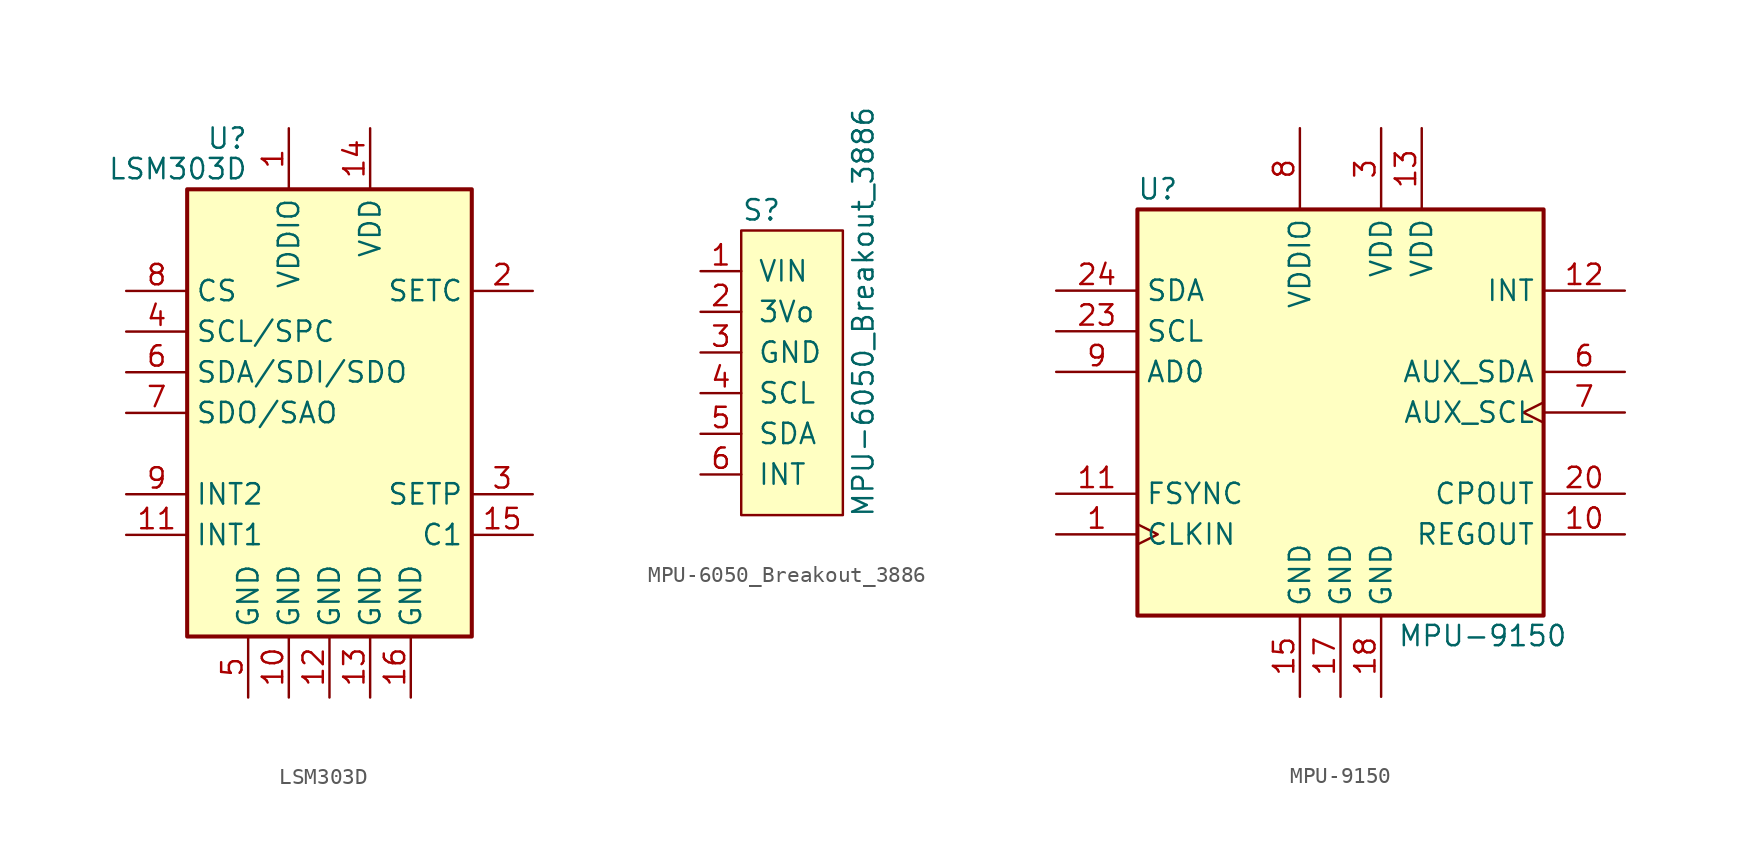
<source format=kicad_sym>
(kicad_symbol_lib
  (version 20211014)
  (generator kicad_symbol_editor)
  (symbol "LSM303D"
    (property "Reference" "U"
      (at -5.08 17.145 0)
      (effects (font (size 1.27 1.27)) (justify right)))
    (property "Value" "LSM303D"
      (at -5.08 15.24 0)
      (effects (font (size 1.27 1.27)) (justify right)))
    (symbol "LSM303D_0_1"
      (rectangle (start 8.89 13.97) (end -8.89 -13.97) (stroke (width 0.254) (type default) (color 0 0 0 0)) (fill (type background))))
    (symbol "LSM303D_1_1"
      (pin power_in line (at -2.54 17.78 270) (length 3.81) (name "VDDIO" (effects (font (size 1.27 1.27)))) (number "1" (effects (font (size 1.27 1.27)))))
      (pin power_in line (at -2.54 -17.78 90) (length 3.81) (name "GND" (effects (font (size 1.27 1.27)))) (number "10" (effects (font (size 1.27 1.27)))))
      (pin output line (at -12.7 -7.62 0) (length 3.81) (name "INT1" (effects (font (size 1.27 1.27)))) (number "11" (effects (font (size 1.27 1.27)))))
      (pin power_in line (at 0 -17.78 90) (length 3.81) (name "GND" (effects (font (size 1.27 1.27)))) (number "12" (effects (font (size 1.27 1.27)))))
      (pin power_in line (at 2.54 -17.78 90) (length 3.81) (name "GND" (effects (font (size 1.27 1.27)))) (number "13" (effects (font (size 1.27 1.27)))))
      (pin power_in line (at 2.54 17.78 270) (length 3.81) (name "VDD" (effects (font (size 1.27 1.27)))) (number "14" (effects (font (size 1.27 1.27)))))
      (pin passive line (at 12.7 -7.62 180) (length 3.81) (name "C1" (effects (font (size 1.27 1.27)))) (number "15" (effects (font (size 1.27 1.27)))))
      (pin power_in line (at 5.08 -17.78 90) (length 3.81) (name "GND" (effects (font (size 1.27 1.27)))) (number "16" (effects (font (size 1.27 1.27)))))
      (pin passive line (at 12.7 7.62 180) (length 3.81) (name "SETC" (effects (font (size 1.27 1.27)))) (number "2" (effects (font (size 1.27 1.27)))))
      (pin passive line (at 12.7 -5.08 180) (length 3.81) (name "SETP" (effects (font (size 1.27 1.27)))) (number "3" (effects (font (size 1.27 1.27)))))
      (pin input line (at -12.7 5.08 0) (length 3.81) (name "SCL/SPC" (effects (font (size 1.27 1.27)))) (number "4" (effects (font (size 1.27 1.27)))))
      (pin power_in line (at -5.08 -17.78 90) (length 3.81) (name "GND" (effects (font (size 1.27 1.27)))) (number "5" (effects (font (size 1.27 1.27)))))
      (pin bidirectional line (at -12.7 2.54 0) (length 3.81) (name "SDA/SDI/SDO" (effects (font (size 1.27 1.27)))) (number "6" (effects (font (size 1.27 1.27)))))
      (pin output line (at -12.7 0 0) (length 3.81) (name "SDO/SAO" (effects (font (size 1.27 1.27)))) (number "7" (effects (font (size 1.27 1.27)))))
      (pin input line (at -12.7 7.62 0) (length 3.81) (name "CS" (effects (font (size 1.27 1.27)))) (number "8" (effects (font (size 1.27 1.27)))))
      (pin output line (at -12.7 -5.08 0) (length 3.81) (name "INT2" (effects (font (size 1.27 1.27)))) (number "9" (effects (font (size 1.27 1.27)))))))
  (symbol "MPU-6050_Breakout_3886"
    (pin_names
      (offset 1.016))
    (property "Reference" "S"
      (at 2.54 0 0)
      (effects (font (size 1.27 1.27))))
    (property "Value" "MPU-6050_Breakout_3886"
      (at 8.89 -6.35 90)
      (effects (font (size 1.27 1.27))))
    (symbol "MPU-6050_Breakout_3886_0_1"
      (rectangle (start 1.27 -1.27) (end 7.62 -19.05) (stroke (width 0) (type default) (color 0 0 0 0)) (fill (type background))))
    (symbol "MPU-6050_Breakout_3886_1_1"
      (pin power_in line (at -1.27 -3.81 0) (length 2.54) (name "VIN" (effects (font (size 1.27 1.27)))) (number "1" (effects (font (size 1.27 1.27)))))
      (pin power_out line (at -1.27 -6.35 0) (length 2.54) (name "3Vo" (effects (font (size 1.27 1.27)))) (number "2" (effects (font (size 1.27 1.27)))))
      (pin power_out line (at -1.27 -8.89 0) (length 2.54) (name "GND" (effects (font (size 1.27 1.27)))) (number "3" (effects (font (size 1.27 1.27)))))
      (pin bidirectional line (at -1.27 -11.43 0) (length 2.54) (name "SCL" (effects (font (size 1.27 1.27)))) (number "4" (effects (font (size 1.27 1.27)))))
      (pin bidirectional line (at -1.27 -13.97 0) (length 2.54) (name "SDA" (effects (font (size 1.27 1.27)))) (number "5" (effects (font (size 1.27 1.27)))))
      (pin output line (at -1.27 -16.51 0) (length 2.54) (name "INT" (effects (font (size 1.27 1.27)))) (number "6" (effects (font (size 1.27 1.27)))))))
  (symbol "MPU-9150"
    (property "Reference" "U"
      (at -11.43 13.97 0)
      (effects (font (size 1.27 1.27))))
    (property "Value" "MPU-9150"
      (at 8.89 -13.97 0)
      (effects (font (size 1.27 1.27))))
    (symbol "MPU-9150_0_1"
      (rectangle (start -12.7 12.7) (end 12.7 -12.7) (stroke (width 0.254) (type default) (color 0 0 0 0)) (fill (type background))))
    (symbol "MPU-9150_1_1"
      (pin input clock (at -17.78 -7.62 0) (length 5.08) (name "CLKIN" (effects (font (size 1.27 1.27)))) (number "1" (effects (font (size 1.27 1.27)))))
      (pin passive line (at 17.78 -7.62 180) (length 5.08) (name "REGOUT" (effects (font (size 1.27 1.27)))) (number "10" (effects (font (size 1.27 1.27)))))
      (pin input line (at -17.78 -5.08 0) (length 5.08) (name "FSYNC" (effects (font (size 1.27 1.27)))) (number "11" (effects (font (size 1.27 1.27)))))
      (pin output line (at 17.78 7.62 180) (length 5.08) (name "INT" (effects (font (size 1.27 1.27)))) (number "12" (effects (font (size 1.27 1.27)))))
      (pin power_in line (at 5.08 17.78 270) (length 5.08) (name "VDD" (effects (font (size 1.27 1.27)))) (number "13" (effects (font (size 1.27 1.27)))))
      (pin power_in line (at -2.54 -17.78 90) (length 5.08) (name "GND" (effects (font (size 1.27 1.27)))) (number "15" (effects (font (size 1.27 1.27)))))
      (pin power_in line (at 0 -17.78 90) (length 5.08) (name "GND" (effects (font (size 1.27 1.27)))) (number "17" (effects (font (size 1.27 1.27)))))
      (pin power_in line (at 2.54 -17.78 90) (length 5.08) (name "GND" (effects (font (size 1.27 1.27)))) (number "18" (effects (font (size 1.27 1.27)))))
      (pin passive line (at 17.78 -5.08 180) (length 5.08) (name "CPOUT" (effects (font (size 1.27 1.27)))) (number "20" (effects (font (size 1.27 1.27)))))
      (pin input line (at -17.78 5.08 0) (length 5.08) (name "SCL" (effects (font (size 1.27 1.27)))) (number "23" (effects (font (size 1.27 1.27)))))
      (pin bidirectional line (at -17.78 7.62 0) (length 5.08) (name "SDA" (effects (font (size 1.27 1.27)))) (number "24" (effects (font (size 1.27 1.27)))))
      (pin power_in line (at 2.54 17.78 270) (length 5.08) (name "VDD" (effects (font (size 1.27 1.27)))) (number "3" (effects (font (size 1.27 1.27)))))
      (pin bidirectional line (at 17.78 2.54 180) (length 5.08) (name "AUX_SDA" (effects (font (size 1.27 1.27)))) (number "6" (effects (font (size 1.27 1.27)))))
      (pin output clock (at 17.78 0 180) (length 5.08) (name "AUX_SCL" (effects (font (size 1.27 1.27)))) (number "7" (effects (font (size 1.27 1.27)))))
      (pin power_in line (at -2.54 17.78 270) (length 5.08) (name "VDDIO" (effects (font (size 1.27 1.27)))) (number "8" (effects (font (size 1.27 1.27)))))
      (pin input line (at -17.78 2.54 0) (length 5.08) (name "AD0" (effects (font (size 1.27 1.27)))) (number "9" (effects (font (size 1.27 1.27))))))))
</source>
